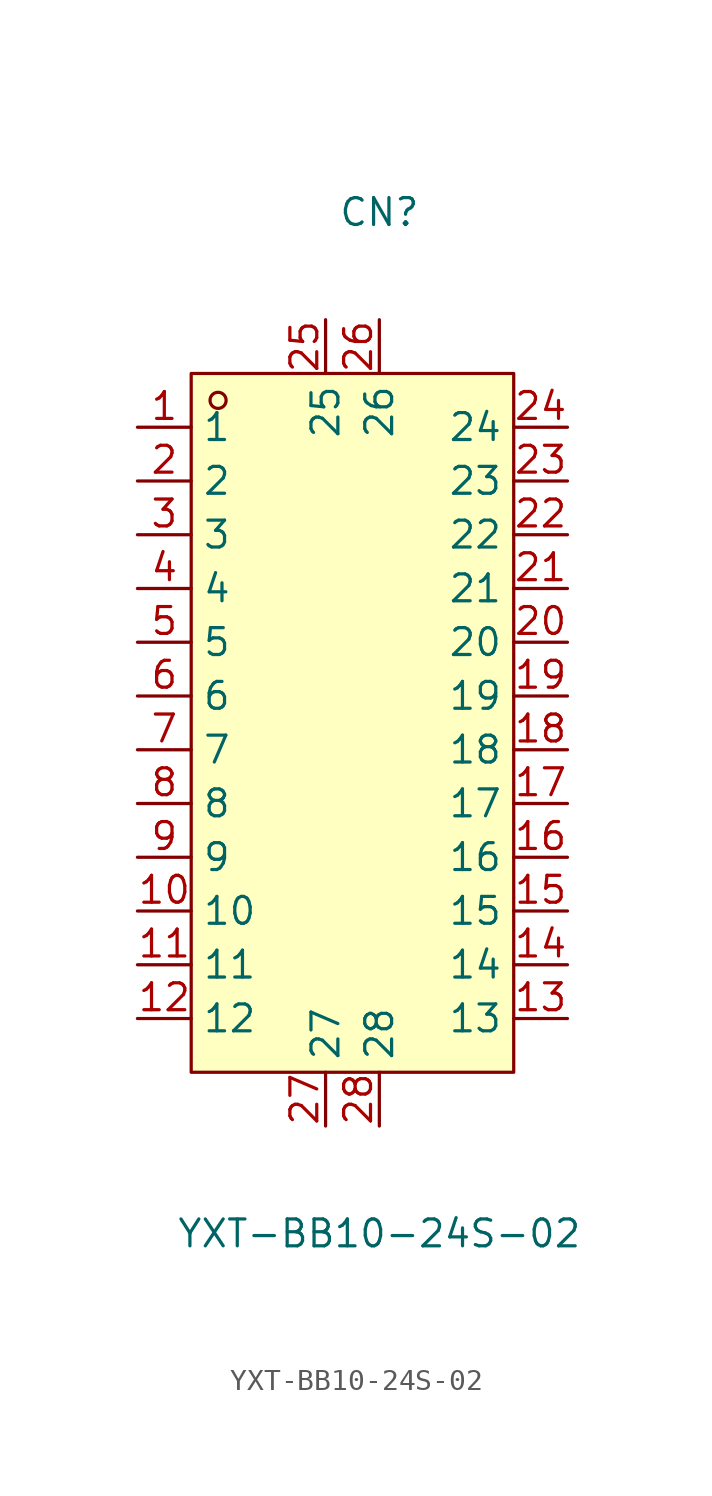
<source format=kicad_sym>
(kicad_symbol_lib
  (version 20211014)
  (generator https://github.com/uPesy/easyeda2kicad.py)
  (symbol "YXT-BB10-24S-02"
    (property "Reference" "CN"
      (at 0 25.40 0)
      (effects (font (size 1.27 1.27))))
    (property "Value" "YXT-BB10-24S-02"
      (at 0 -22.86 0)
      (effects (font (size 1.27 1.27))))
    (symbol "YXT-BB10-24S-02_0_1"
      (rectangle (start -8.89 17.78) (end 6.35 -15.24) (stroke (width 0) (type default) (color 0 0 0 0)) (fill (type background)))
      (circle (center -7.62 16.51) (radius 0.38) (stroke (width 0) (type default) (color 0 0 0 0)) (fill (type none)))
      (pin unspecified line (at 0.00 -17.78 90) (length 2.54) (name "28" (effects (font (size 1.27 1.27)))) (number "28" (effects (font (size 1.27 1.27)))))
      (pin unspecified line (at -2.54 -17.78 90) (length 2.54) (name "27" (effects (font (size 1.27 1.27)))) (number "27" (effects (font (size 1.27 1.27)))))
      (pin unspecified line (at 0.00 20.32 270) (length 2.54) (name "26" (effects (font (size 1.27 1.27)))) (number "26" (effects (font (size 1.27 1.27)))))
      (pin unspecified line (at -2.54 20.32 270) (length 2.54) (name "25" (effects (font (size 1.27 1.27)))) (number "25" (effects (font (size 1.27 1.27)))))
      (pin unspecified line (at 8.89 15.24 180) (length 2.54) (name "24" (effects (font (size 1.27 1.27)))) (number "24" (effects (font (size 1.27 1.27)))))
      (pin unspecified line (at 8.89 12.70 180) (length 2.54) (name "23" (effects (font (size 1.27 1.27)))) (number "23" (effects (font (size 1.27 1.27)))))
      (pin unspecified line (at 8.89 10.16 180) (length 2.54) (name "22" (effects (font (size 1.27 1.27)))) (number "22" (effects (font (size 1.27 1.27)))))
      (pin unspecified line (at 8.89 7.62 180) (length 2.54) (name "21" (effects (font (size 1.27 1.27)))) (number "21" (effects (font (size 1.27 1.27)))))
      (pin unspecified line (at 8.89 5.08 180) (length 2.54) (name "20" (effects (font (size 1.27 1.27)))) (number "20" (effects (font (size 1.27 1.27)))))
      (pin unspecified line (at 8.89 2.54 180) (length 2.54) (name "19" (effects (font (size 1.27 1.27)))) (number "19" (effects (font (size 1.27 1.27)))))
      (pin unspecified line (at 8.89 -0.00 180) (length 2.54) (name "18" (effects (font (size 1.27 1.27)))) (number "18" (effects (font (size 1.27 1.27)))))
      (pin unspecified line (at 8.89 -2.54 180) (length 2.54) (name "17" (effects (font (size 1.27 1.27)))) (number "17" (effects (font (size 1.27 1.27)))))
      (pin unspecified line (at 8.89 -5.08 180) (length 2.54) (name "16" (effects (font (size 1.27 1.27)))) (number "16" (effects (font (size 1.27 1.27)))))
      (pin unspecified line (at 8.89 -7.62 180) (length 2.54) (name "15" (effects (font (size 1.27 1.27)))) (number "15" (effects (font (size 1.27 1.27)))))
      (pin unspecified line (at 8.89 -10.16 180) (length 2.54) (name "14" (effects (font (size 1.27 1.27)))) (number "14" (effects (font (size 1.27 1.27)))))
      (pin unspecified line (at 8.89 -12.70 180) (length 2.54) (name "13" (effects (font (size 1.27 1.27)))) (number "13" (effects (font (size 1.27 1.27)))))
      (pin unspecified line (at -11.43 -12.70 0) (length 2.54) (name "12" (effects (font (size 1.27 1.27)))) (number "12" (effects (font (size 1.27 1.27)))))
      (pin unspecified line (at -11.43 -10.16 0) (length 2.54) (name "11" (effects (font (size 1.27 1.27)))) (number "11" (effects (font (size 1.27 1.27)))))
      (pin unspecified line (at -11.43 -7.62 0) (length 2.54) (name "10" (effects (font (size 1.27 1.27)))) (number "10" (effects (font (size 1.27 1.27)))))
      (pin unspecified line (at -11.43 -5.08 0) (length 2.54) (name "9" (effects (font (size 1.27 1.27)))) (number "9" (effects (font (size 1.27 1.27)))))
      (pin unspecified line (at -11.43 -2.54 0) (length 2.54) (name "8" (effects (font (size 1.27 1.27)))) (number "8" (effects (font (size 1.27 1.27)))))
      (pin unspecified line (at -11.43 -0.00 0) (length 2.54) (name "7" (effects (font (size 1.27 1.27)))) (number "7" (effects (font (size 1.27 1.27)))))
      (pin unspecified line (at -11.43 2.54 0) (length 2.54) (name "6" (effects (font (size 1.27 1.27)))) (number "6" (effects (font (size 1.27 1.27)))))
      (pin unspecified line (at -11.43 5.08 0) (length 2.54) (name "5" (effects (font (size 1.27 1.27)))) (number "5" (effects (font (size 1.27 1.27)))))
      (pin unspecified line (at -11.43 7.62 0) (length 2.54) (name "4" (effects (font (size 1.27 1.27)))) (number "4" (effects (font (size 1.27 1.27)))))
      (pin unspecified line (at -11.43 10.16 0) (length 2.54) (name "3" (effects (font (size 1.27 1.27)))) (number "3" (effects (font (size 1.27 1.27)))))
      (pin unspecified line (at -11.43 12.70 0) (length 2.54) (name "2" (effects (font (size 1.27 1.27)))) (number "2" (effects (font (size 1.27 1.27)))))
      (pin unspecified line (at -11.43 15.24 0) (length 2.54) (name "1" (effects (font (size 1.27 1.27)))) (number "1" (effects (font (size 1.27 1.27))))))))
</source>
